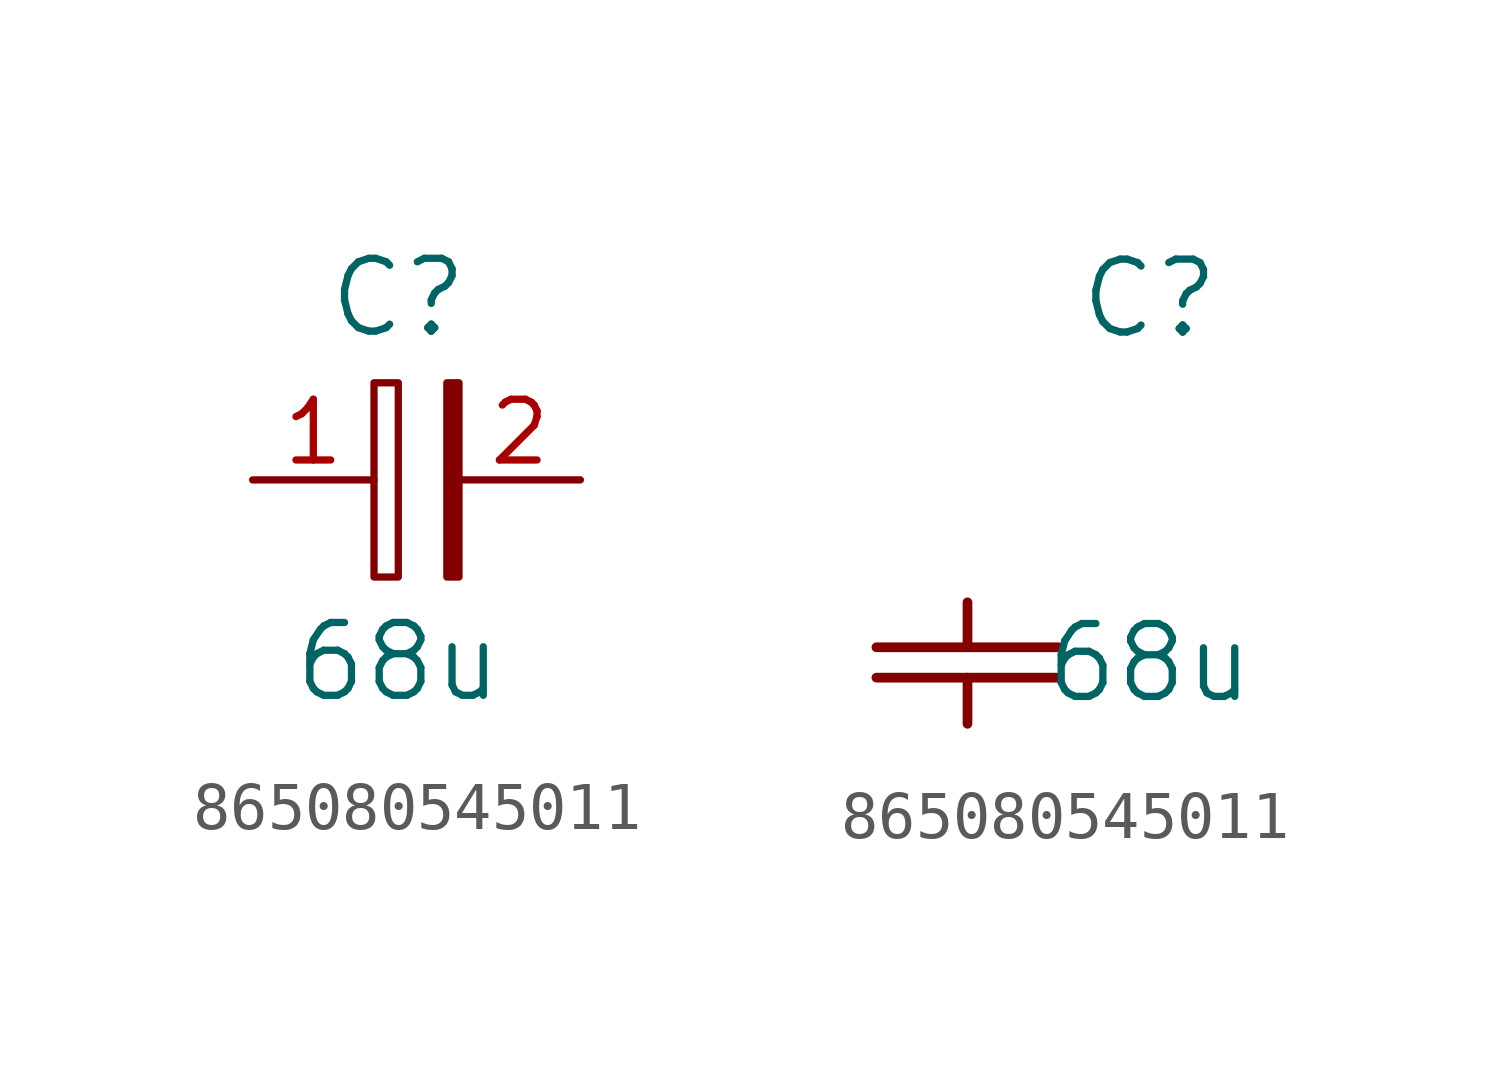
<source format=kicad_sym>
(kicad_symbol_lib
  (version 20220914)
  (generator kicad_symbol_editor)
  (symbol "865080545011"
    (pin_names
      (offset 0.254))
    (property "Reference" "C"
      (at 3.81 3.81 0)
      (effects (font (size 1.524 1.524))))
    (property "Value" "68u"
      (at 3.81 -3.81 0)
      (effects (font (size 1.524 1.524))))
    (symbol "865080545011_1_1"
      (rectangle (start 3.302 2.032) (end 3.81 -2.032) (stroke (width 0) (type default)) (fill (type none)))
      (rectangle (start 4.826 2.032) (end 5.08 -2.032) (stroke (width 0) (type default)) (fill (type outline)))
      (pin passive line (at 0.762 0 0) (length 2.54) (name "" (effects (font (size 1.27 1.27)))) (number "1" (effects (font (size 1.27 1.27)))))
      (pin passive line (at 7.62 0 180) (length 2.54) (name "" (effects (font (size 1.27 1.27)))) (number "2" (effects (font (size 1.27 1.27))))))
    (symbol "865080545011_1_2"
      (polyline (pts (xy -1.905 -4.115) (xy 1.905 -4.115)) (stroke (width 0.203) (type default)) (fill (type none)))
      (polyline (pts (xy -1.905 -3.48) (xy 1.905 -3.48)) (stroke (width 0.203) (type default)) (fill (type none)))
      (polyline (pts (xy 0 -4.115) (xy 0 -5.08)) (stroke (width 0.203) (type default)) (fill (type none)))
      (polyline (pts (xy 0 -2.54) (xy 0 -3.48)) (stroke (width 0.203) (type default)) (fill (type none))))))
</source>
